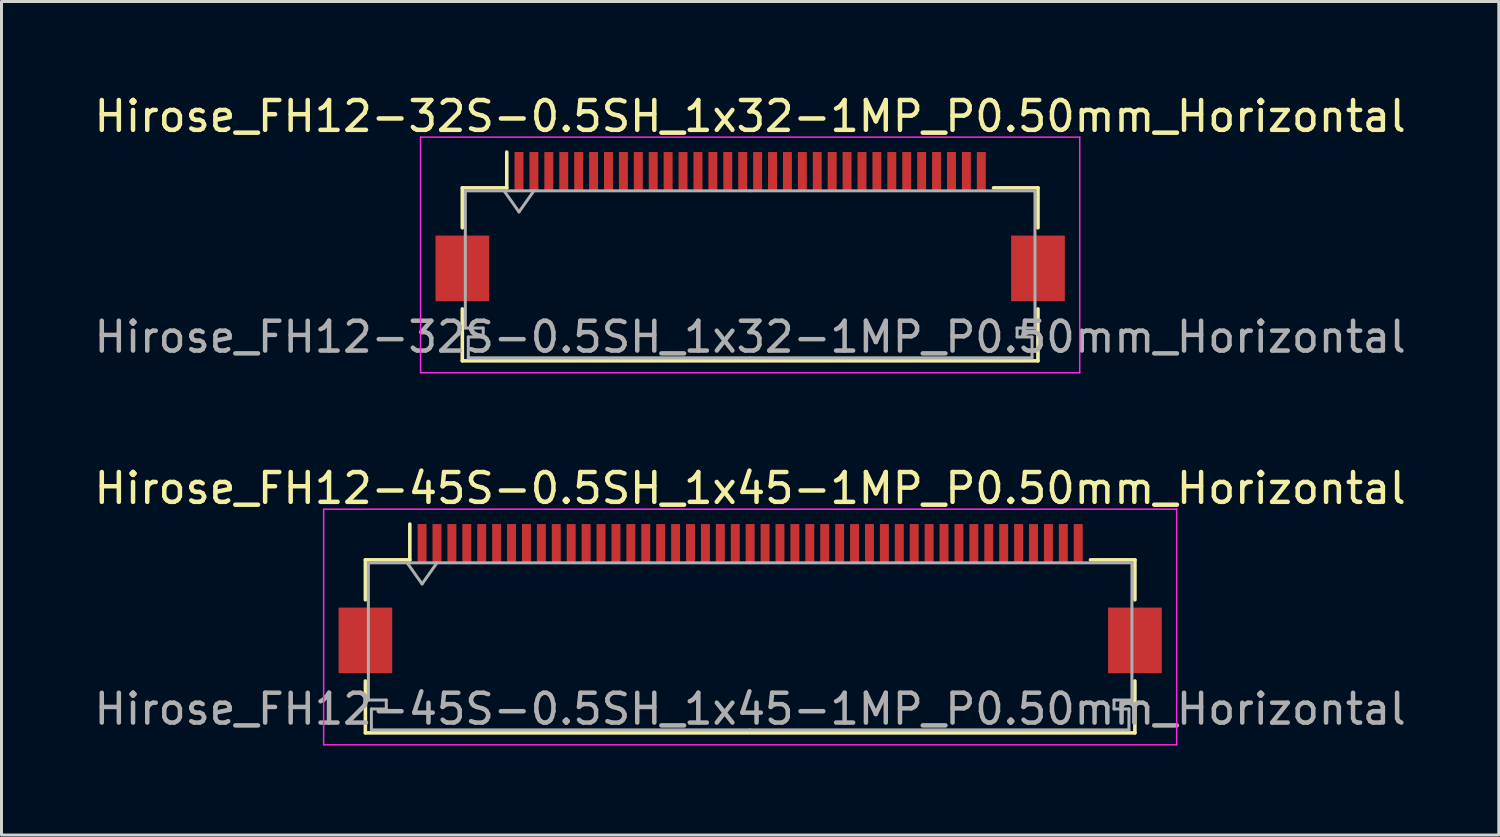
<source format=kicad_pcb>
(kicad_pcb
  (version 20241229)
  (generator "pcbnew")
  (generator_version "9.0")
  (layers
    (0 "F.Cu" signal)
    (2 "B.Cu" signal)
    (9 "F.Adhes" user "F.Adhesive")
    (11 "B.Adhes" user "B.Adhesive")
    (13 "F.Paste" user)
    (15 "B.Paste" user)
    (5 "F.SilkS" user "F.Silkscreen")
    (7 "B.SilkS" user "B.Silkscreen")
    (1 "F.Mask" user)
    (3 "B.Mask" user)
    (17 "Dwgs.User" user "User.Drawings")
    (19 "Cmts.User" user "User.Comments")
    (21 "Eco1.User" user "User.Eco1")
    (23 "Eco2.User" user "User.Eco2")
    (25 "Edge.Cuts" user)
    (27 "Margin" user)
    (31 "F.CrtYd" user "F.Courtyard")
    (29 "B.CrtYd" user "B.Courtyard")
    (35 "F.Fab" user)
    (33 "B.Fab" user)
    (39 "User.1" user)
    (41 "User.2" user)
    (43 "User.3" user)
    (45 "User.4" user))
  (footprint "Hirose_FH12-45S-0.5SH_1x45-1MP_P0.50mm_Horizontal"
    (layer "F.Cu")
    (at 22.101 17.021)
    (property "Reference" "Hirose_FH12-45S-0.5SH_1x45-1MP_P0.50mm_Horizontal" (at 0 -3.7 0) (layer "F.SilkS") (effects (font (size 1 1) (thickness 0.15))))
    (attr smd)
    (fp_line (start -12.9 -1.3) (end -12.9 0.04) (stroke (width 0.12) (type solid)) (layer "F.SilkS"))
    (fp_line (start -12.9 2.76) (end -12.9 4.5) (stroke (width 0.12) (type solid)) (layer "F.SilkS"))
    (fp_line (start -12.9 4.5) (end 12.9 4.5) (stroke (width 0.12) (type solid)) (layer "F.SilkS"))
    (fp_line (start -11.41 -1.3) (end -12.9 -1.3) (stroke (width 0.12) (type solid)) (layer "F.SilkS"))
    (fp_line (start -11.41 -1.3) (end -11.41 -2.5) (stroke (width 0.12) (type solid)) (layer "F.SilkS"))
    (fp_line (start 11.41 -1.3) (end 12.9 -1.3) (stroke (width 0.12) (type solid)) (layer "F.SilkS"))
    (fp_line (start 12.9 -1.3) (end 12.9 0.04) (stroke (width 0.12) (type solid)) (layer "F.SilkS"))
    (fp_line (start 12.9 4.5) (end 12.9 2.76) (stroke (width 0.12) (type solid)) (layer "F.SilkS"))
    (fp_line (start -14.3 -3) (end -14.3 4.9) (stroke (width 0.05) (type solid)) (layer "F.CrtYd"))
    (fp_line (start -14.3 4.9) (end 14.3 4.9) (stroke (width 0.05) (type solid)) (layer "F.CrtYd"))
    (fp_line (start 14.3 -3) (end -14.3 -3) (stroke (width 0.05) (type solid)) (layer "F.CrtYd"))
    (fp_line (start 14.3 4.9) (end 14.3 -3) (stroke (width 0.05) (type solid)) (layer "F.CrtYd"))
    (fp_line (start -12.8 -1.2) (end -12.8 3.4) (stroke (width 0.1) (type solid)) (layer "F.Fab"))
    (fp_line (start -12.8 3.4) (end -12.2 3.4) (stroke (width 0.1) (type solid)) (layer "F.Fab"))
    (fp_line (start -12.7 3.7) (end -12.7 4.4) (stroke (width 0.1) (type solid)) (layer "F.Fab"))
    (fp_line (start -12.7 4.4) (end 0 4.4) (stroke (width 0.1) (type solid)) (layer "F.Fab"))
    (fp_line (start -12.2 3.4) (end -12.2 3.7) (stroke (width 0.1) (type solid)) (layer "F.Fab"))
    (fp_line (start -12.2 3.7) (end -12.7 3.7) (stroke (width 0.1) (type solid)) (layer "F.Fab"))
    (fp_line (start -11.5 -1.2) (end -11 -0.493) (stroke (width 0.1) (type solid)) (layer "F.Fab"))
    (fp_line (start -11 -0.493) (end -10.5 -1.2) (stroke (width 0.1) (type solid)) (layer "F.Fab"))
    (fp_line (start 0 -1.2) (end -12.8 -1.2) (stroke (width 0.1) (type solid)) (layer "F.Fab"))
    (fp_line (start 0 -1.2) (end 12.8 -1.2) (stroke (width 0.1) (type solid)) (layer "F.Fab"))
    (fp_line (start 12.2 3.4) (end 12.2 3.7) (stroke (width 0.1) (type solid)) (layer "F.Fab"))
    (fp_line (start 12.2 3.7) (end 12.7 3.7) (stroke (width 0.1) (type solid)) (layer "F.Fab"))
    (fp_line (start 12.7 3.7) (end 12.7 4.4) (stroke (width 0.1) (type solid)) (layer "F.Fab"))
    (fp_line (start 12.7 4.4) (end 0 4.4) (stroke (width 0.1) (type solid)) (layer "F.Fab"))
    (fp_line (start 12.8 -1.2) (end 12.8 3.4) (stroke (width 0.1) (type solid)) (layer "F.Fab"))
    (fp_line (start 12.8 3.4) (end 12.2 3.4) (stroke (width 0.1) (type solid)) (layer "F.Fab"))
    (fp_text user "${REFERENCE}" (at 0 3.7 0) (layer "F.Fab") (effects (font (size 1 1) (thickness 0.15))))
    (pad "1" smd rect (at -11 -1.85) (size 0.3 1.3) (layers "F.Cu" "F.Mask" "F.Paste"))
    (pad "2" smd rect (at -10.5 -1.85) (size 0.3 1.3) (layers "F.Cu" "F.Mask" "F.Paste"))
    (pad "3" smd rect (at -10 -1.85) (size 0.3 1.3) (layers "F.Cu" "F.Mask" "F.Paste"))
    (pad "4" smd rect (at -9.5 -1.85) (size 0.3 1.3) (layers "F.Cu" "F.Mask" "F.Paste"))
    (pad "5" smd rect (at -9 -1.85) (size 0.3 1.3) (layers "F.Cu" "F.Mask" "F.Paste"))
    (pad "6" smd rect (at -8.5 -1.85) (size 0.3 1.3) (layers "F.Cu" "F.Mask" "F.Paste"))
    (pad "7" smd rect (at -8 -1.85) (size 0.3 1.3) (layers "F.Cu" "F.Mask" "F.Paste"))
    (pad "8" smd rect (at -7.5 -1.85) (size 0.3 1.3) (layers "F.Cu" "F.Mask" "F.Paste"))
    (pad "9" smd rect (at -7 -1.85) (size 0.3 1.3) (layers "F.Cu" "F.Mask" "F.Paste"))
    (pad "10" smd rect (at -6.5 -1.85) (size 0.3 1.3) (layers "F.Cu" "F.Mask" "F.Paste"))
    (pad "11" smd rect (at -6 -1.85) (size 0.3 1.3) (layers "F.Cu" "F.Mask" "F.Paste"))
    (pad "12" smd rect (at -5.5 -1.85) (size 0.3 1.3) (layers "F.Cu" "F.Mask" "F.Paste"))
    (pad "13" smd rect (at -5 -1.85) (size 0.3 1.3) (layers "F.Cu" "F.Mask" "F.Paste"))
    (pad "14" smd rect (at -4.5 -1.85) (size 0.3 1.3) (layers "F.Cu" "F.Mask" "F.Paste"))
    (pad "15" smd rect (at -4 -1.85) (size 0.3 1.3) (layers "F.Cu" "F.Mask" "F.Paste"))
    (pad "16" smd rect (at -3.5 -1.85) (size 0.3 1.3) (layers "F.Cu" "F.Mask" "F.Paste"))
    (pad "17" smd rect (at -3 -1.85) (size 0.3 1.3) (layers "F.Cu" "F.Mask" "F.Paste"))
    (pad "18" smd rect (at -2.5 -1.85) (size 0.3 1.3) (layers "F.Cu" "F.Mask" "F.Paste"))
    (pad "19" smd rect (at -2 -1.85) (size 0.3 1.3) (layers "F.Cu" "F.Mask" "F.Paste"))
    (pad "20" smd rect (at -1.5 -1.85) (size 0.3 1.3) (layers "F.Cu" "F.Mask" "F.Paste"))
    (pad "21" smd rect (at -1 -1.85) (size 0.3 1.3) (layers "F.Cu" "F.Mask" "F.Paste"))
    (pad "22" smd rect (at -0.5 -1.85) (size 0.3 1.3) (layers "F.Cu" "F.Mask" "F.Paste"))
    (pad "23" smd rect (at 0 -1.85) (size 0.3 1.3) (layers "F.Cu" "F.Mask" "F.Paste"))
    (pad "24" smd rect (at 0.5 -1.85) (size 0.3 1.3) (layers "F.Cu" "F.Mask" "F.Paste"))
    (pad "25" smd rect (at 1 -1.85) (size 0.3 1.3) (layers "F.Cu" "F.Mask" "F.Paste"))
    (pad "26" smd rect (at 1.5 -1.85) (size 0.3 1.3) (layers "F.Cu" "F.Mask" "F.Paste"))
    (pad "27" smd rect (at 2 -1.85) (size 0.3 1.3) (layers "F.Cu" "F.Mask" "F.Paste"))
    (pad "28" smd rect (at 2.5 -1.85) (size 0.3 1.3) (layers "F.Cu" "F.Mask" "F.Paste"))
    (pad "29" smd rect (at 3 -1.85) (size 0.3 1.3) (layers "F.Cu" "F.Mask" "F.Paste"))
    (pad "30" smd rect (at 3.5 -1.85) (size 0.3 1.3) (layers "F.Cu" "F.Mask" "F.Paste"))
    (pad "31" smd rect (at 4 -1.85) (size 0.3 1.3) (layers "F.Cu" "F.Mask" "F.Paste"))
    (pad "32" smd rect (at 4.5 -1.85) (size 0.3 1.3) (layers "F.Cu" "F.Mask" "F.Paste"))
    (pad "33" smd rect (at 5 -1.85) (size 0.3 1.3) (layers "F.Cu" "F.Mask" "F.Paste"))
    (pad "34" smd rect (at 5.5 -1.85) (size 0.3 1.3) (layers "F.Cu" "F.Mask" "F.Paste"))
    (pad "35" smd rect (at 6 -1.85) (size 0.3 1.3) (layers "F.Cu" "F.Mask" "F.Paste"))
    (pad "36" smd rect (at 6.5 -1.85) (size 0.3 1.3) (layers "F.Cu" "F.Mask" "F.Paste"))
    (pad "37" smd rect (at 7 -1.85) (size 0.3 1.3) (layers "F.Cu" "F.Mask" "F.Paste"))
    (pad "38" smd rect (at 7.5 -1.85) (size 0.3 1.3) (layers "F.Cu" "F.Mask" "F.Paste"))
    (pad "39" smd rect (at 8 -1.85) (size 0.3 1.3) (layers "F.Cu" "F.Mask" "F.Paste"))
    (pad "40" smd rect (at 8.5 -1.85) (size 0.3 1.3) (layers "F.Cu" "F.Mask" "F.Paste"))
    (pad "41" smd rect (at 9 -1.85) (size 0.3 1.3) (layers "F.Cu" "F.Mask" "F.Paste"))
    (pad "42" smd rect (at 9.5 -1.85) (size 0.3 1.3) (layers "F.Cu" "F.Mask" "F.Paste"))
    (pad "43" smd rect (at 10 -1.85) (size 0.3 1.3) (layers "F.Cu" "F.Mask" "F.Paste"))
    (pad "44" smd rect (at 10.5 -1.85) (size 0.3 1.3) (layers "F.Cu" "F.Mask" "F.Paste"))
    (pad "45" smd rect (at 11 -1.85) (size 0.3 1.3) (layers "F.Cu" "F.Mask" "F.Paste"))
    (pad "MP" smd rect (at -12.9 1.4) (size 1.8 2.2) (layers "F.Cu" "F.Mask" "F.Paste"))
    (pad "MP" smd rect (at 12.9 1.4) (size 1.8 2.2) (layers "F.Cu" "F.Mask" "F.Paste")))
  (footprint "Hirose_FH12-32S-0.5SH_1x32-1MP_P0.50mm_Horizontal"
    (layer "F.Cu")
    (at 22.101 4.548)
    (property "Reference" "Hirose_FH12-32S-0.5SH_1x32-1MP_P0.50mm_Horizontal" (at 0 -3.7 0) (layer "F.SilkS") (effects (font (size 1 1) (thickness 0.15))))
    (attr smd)
    (fp_line (start -9.65 -1.3) (end -9.65 0.04) (stroke (width 0.12) (type solid)) (layer "F.SilkS"))
    (fp_line (start -9.65 2.76) (end -9.65 4.5) (stroke (width 0.12) (type solid)) (layer "F.SilkS"))
    (fp_line (start -9.65 4.5) (end 9.65 4.5) (stroke (width 0.12) (type solid)) (layer "F.SilkS"))
    (fp_line (start -8.16 -1.3) (end -9.65 -1.3) (stroke (width 0.12) (type solid)) (layer "F.SilkS"))
    (fp_line (start -8.16 -1.3) (end -8.16 -2.5) (stroke (width 0.12) (type solid)) (layer "F.SilkS"))
    (fp_line (start 8.16 -1.3) (end 9.65 -1.3) (stroke (width 0.12) (type solid)) (layer "F.SilkS"))
    (fp_line (start 9.65 -1.3) (end 9.65 0.04) (stroke (width 0.12) (type solid)) (layer "F.SilkS"))
    (fp_line (start 9.65 4.5) (end 9.65 2.76) (stroke (width 0.12) (type solid)) (layer "F.SilkS"))
    (fp_line (start -11.05 -3) (end -11.05 4.9) (stroke (width 0.05) (type solid)) (layer "F.CrtYd"))
    (fp_line (start -11.05 4.9) (end 11.05 4.9) (stroke (width 0.05) (type solid)) (layer "F.CrtYd"))
    (fp_line (start 11.05 -3) (end -11.05 -3) (stroke (width 0.05) (type solid)) (layer "F.CrtYd"))
    (fp_line (start 11.05 4.9) (end 11.05 -3) (stroke (width 0.05) (type solid)) (layer "F.CrtYd"))
    (fp_line (start -9.55 -1.2) (end -9.55 3.4) (stroke (width 0.1) (type solid)) (layer "F.Fab"))
    (fp_line (start -9.55 3.4) (end -8.95 3.4) (stroke (width 0.1) (type solid)) (layer "F.Fab"))
    (fp_line (start -9.45 3.7) (end -9.45 4.4) (stroke (width 0.1) (type solid)) (layer "F.Fab"))
    (fp_line (start -9.45 4.4) (end 0 4.4) (stroke (width 0.1) (type solid)) (layer "F.Fab"))
    (fp_line (start -8.95 3.4) (end -8.95 3.7) (stroke (width 0.1) (type solid)) (layer "F.Fab"))
    (fp_line (start -8.95 3.7) (end -9.45 3.7) (stroke (width 0.1) (type solid)) (layer "F.Fab"))
    (fp_line (start -8.25 -1.2) (end -7.75 -0.493) (stroke (width 0.1) (type solid)) (layer "F.Fab"))
    (fp_line (start -7.75 -0.493) (end -7.25 -1.2) (stroke (width 0.1) (type solid)) (layer "F.Fab"))
    (fp_line (start 0 -1.2) (end -9.55 -1.2) (stroke (width 0.1) (type solid)) (layer "F.Fab"))
    (fp_line (start 0 -1.2) (end 9.55 -1.2) (stroke (width 0.1) (type solid)) (layer "F.Fab"))
    (fp_line (start 8.95 3.4) (end 8.95 3.7) (stroke (width 0.1) (type solid)) (layer "F.Fab"))
    (fp_line (start 8.95 3.7) (end 9.45 3.7) (stroke (width 0.1) (type solid)) (layer "F.Fab"))
    (fp_line (start 9.45 3.7) (end 9.45 4.4) (stroke (width 0.1) (type solid)) (layer "F.Fab"))
    (fp_line (start 9.45 4.4) (end 0 4.4) (stroke (width 0.1) (type solid)) (layer "F.Fab"))
    (fp_line (start 9.55 -1.2) (end 9.55 3.4) (stroke (width 0.1) (type solid)) (layer "F.Fab"))
    (fp_line (start 9.55 3.4) (end 8.95 3.4) (stroke (width 0.1) (type solid)) (layer "F.Fab"))
    (fp_text user "${REFERENCE}" (at 0 3.7 0) (layer "F.Fab") (effects (font (size 1 1) (thickness 0.15))))
    (pad "1" smd rect (at -7.75 -1.85) (size 0.3 1.3) (layers "F.Cu" "F.Mask" "F.Paste"))
    (pad "2" smd rect (at -7.25 -1.85) (size 0.3 1.3) (layers "F.Cu" "F.Mask" "F.Paste"))
    (pad "3" smd rect (at -6.75 -1.85) (size 0.3 1.3) (layers "F.Cu" "F.Mask" "F.Paste"))
    (pad "4" smd rect (at -6.25 -1.85) (size 0.3 1.3) (layers "F.Cu" "F.Mask" "F.Paste"))
    (pad "5" smd rect (at -5.75 -1.85) (size 0.3 1.3) (layers "F.Cu" "F.Mask" "F.Paste"))
    (pad "6" smd rect (at -5.25 -1.85) (size 0.3 1.3) (layers "F.Cu" "F.Mask" "F.Paste"))
    (pad "7" smd rect (at -4.75 -1.85) (size 0.3 1.3) (layers "F.Cu" "F.Mask" "F.Paste"))
    (pad "8" smd rect (at -4.25 -1.85) (size 0.3 1.3) (layers "F.Cu" "F.Mask" "F.Paste"))
    (pad "9" smd rect (at -3.75 -1.85) (size 0.3 1.3) (layers "F.Cu" "F.Mask" "F.Paste"))
    (pad "10" smd rect (at -3.25 -1.85) (size 0.3 1.3) (layers "F.Cu" "F.Mask" "F.Paste"))
    (pad "11" smd rect (at -2.75 -1.85) (size 0.3 1.3) (layers "F.Cu" "F.Mask" "F.Paste"))
    (pad "12" smd rect (at -2.25 -1.85) (size 0.3 1.3) (layers "F.Cu" "F.Mask" "F.Paste"))
    (pad "13" smd rect (at -1.75 -1.85) (size 0.3 1.3) (layers "F.Cu" "F.Mask" "F.Paste"))
    (pad "14" smd rect (at -1.25 -1.85) (size 0.3 1.3) (layers "F.Cu" "F.Mask" "F.Paste"))
    (pad "15" smd rect (at -0.75 -1.85) (size 0.3 1.3) (layers "F.Cu" "F.Mask" "F.Paste"))
    (pad "16" smd rect (at -0.25 -1.85) (size 0.3 1.3) (layers "F.Cu" "F.Mask" "F.Paste"))
    (pad "17" smd rect (at 0.25 -1.85) (size 0.3 1.3) (layers "F.Cu" "F.Mask" "F.Paste"))
    (pad "18" smd rect (at 0.75 -1.85) (size 0.3 1.3) (layers "F.Cu" "F.Mask" "F.Paste"))
    (pad "19" smd rect (at 1.25 -1.85) (size 0.3 1.3) (layers "F.Cu" "F.Mask" "F.Paste"))
    (pad "20" smd rect (at 1.75 -1.85) (size 0.3 1.3) (layers "F.Cu" "F.Mask" "F.Paste"))
    (pad "21" smd rect (at 2.25 -1.85) (size 0.3 1.3) (layers "F.Cu" "F.Mask" "F.Paste"))
    (pad "22" smd rect (at 2.75 -1.85) (size 0.3 1.3) (layers "F.Cu" "F.Mask" "F.Paste"))
    (pad "23" smd rect (at 3.25 -1.85) (size 0.3 1.3) (layers "F.Cu" "F.Mask" "F.Paste"))
    (pad "24" smd rect (at 3.75 -1.85) (size 0.3 1.3) (layers "F.Cu" "F.Mask" "F.Paste"))
    (pad "25" smd rect (at 4.25 -1.85) (size 0.3 1.3) (layers "F.Cu" "F.Mask" "F.Paste"))
    (pad "26" smd rect (at 4.75 -1.85) (size 0.3 1.3) (layers "F.Cu" "F.Mask" "F.Paste"))
    (pad "27" smd rect (at 5.25 -1.85) (size 0.3 1.3) (layers "F.Cu" "F.Mask" "F.Paste"))
    (pad "28" smd rect (at 5.75 -1.85) (size 0.3 1.3) (layers "F.Cu" "F.Mask" "F.Paste"))
    (pad "29" smd rect (at 6.25 -1.85) (size 0.3 1.3) (layers "F.Cu" "F.Mask" "F.Paste"))
    (pad "30" smd rect (at 6.75 -1.85) (size 0.3 1.3) (layers "F.Cu" "F.Mask" "F.Paste"))
    (pad "31" smd rect (at 7.25 -1.85) (size 0.3 1.3) (layers "F.Cu" "F.Mask" "F.Paste"))
    (pad "32" smd rect (at 7.75 -1.85) (size 0.3 1.3) (layers "F.Cu" "F.Mask" "F.Paste"))
    (pad "MP" smd rect (at -9.65 1.4) (size 1.8 2.2) (layers "F.Cu" "F.Mask" "F.Paste"))
    (pad "MP" smd rect (at 9.65 1.4) (size 1.8 2.2) (layers "F.Cu" "F.Mask" "F.Paste")))
  (gr_rect
    (start -3 -3)
    (end 47.202 24.947)
    (stroke (width 0.1) (type default))
    (fill no)
    (layer "Edge.Cuts")))
</source>
